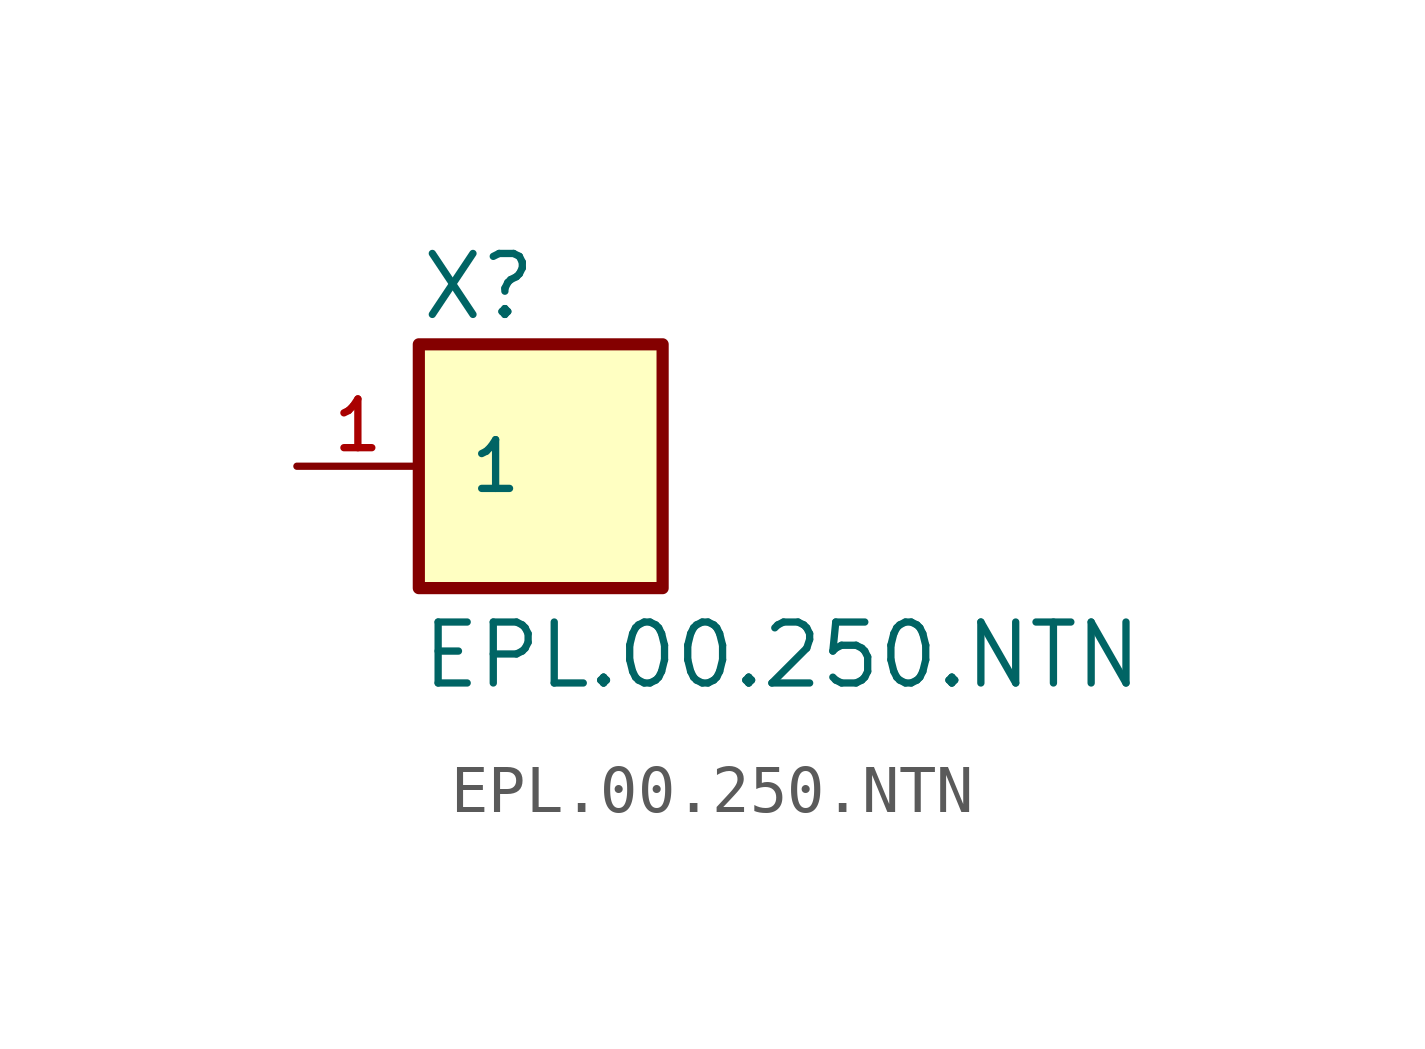
<source format=kicad_sym>
(kicad_symbol_lib
  (version 20211014)
  (generator kicad_symbol_editor)
  (symbol "EPL.00.250.NTN"
    (pin_names
      (offset 1.016))
    (property "Reference" "X"
      (at -2.54 3.0 0)
      (effects (font (size 1.27 1.27)) (justify bottom left)))
    (property "Value" "EPL.00.250.NTN"
      (at -2.54 -4.68 0)
      (effects (font (size 1.27 1.27)) (justify bottom left)))
    (symbol "EPL.00.250.NTN_0_0"
      (rectangle (start -2.54 -2.54) (end 2.54 2.54) (stroke (width 0.254)) (fill (type background)))
      (pin passive line (at -5.08 0.0 0) (length 2.54) (name "1" (effects (font (size 1.016 1.016)))) (number "1" (effects (font (size 1.016 1.016))))))))
</source>
